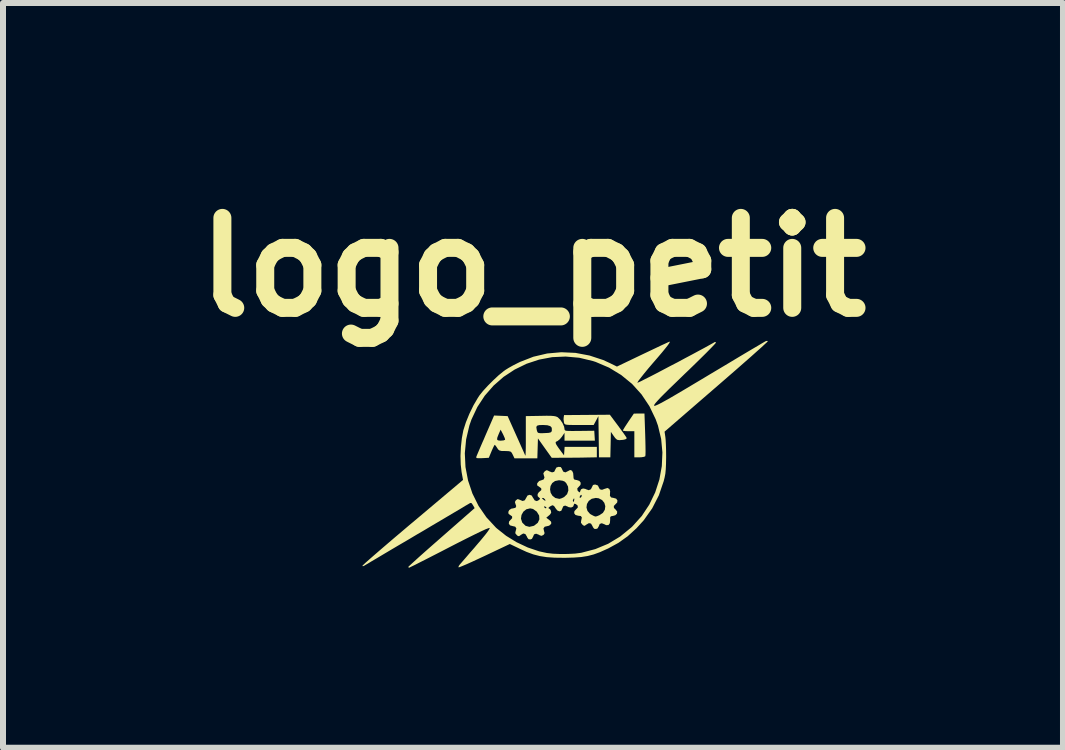
<source format=kicad_pcb>
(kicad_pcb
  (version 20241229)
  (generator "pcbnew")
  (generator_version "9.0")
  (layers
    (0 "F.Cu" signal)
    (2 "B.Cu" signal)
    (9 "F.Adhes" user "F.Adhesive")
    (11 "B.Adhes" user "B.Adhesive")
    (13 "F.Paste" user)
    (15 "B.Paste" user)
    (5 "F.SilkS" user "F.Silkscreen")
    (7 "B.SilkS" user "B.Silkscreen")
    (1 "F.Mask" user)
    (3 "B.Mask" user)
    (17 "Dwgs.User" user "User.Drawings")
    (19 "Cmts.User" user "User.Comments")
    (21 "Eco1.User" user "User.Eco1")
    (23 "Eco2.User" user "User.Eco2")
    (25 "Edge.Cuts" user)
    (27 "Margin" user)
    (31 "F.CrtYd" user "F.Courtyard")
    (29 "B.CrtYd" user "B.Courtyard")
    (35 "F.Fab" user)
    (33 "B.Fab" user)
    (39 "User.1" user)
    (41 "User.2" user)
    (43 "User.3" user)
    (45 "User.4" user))
  (footprint "logo_petit"
    (layer "F.Cu")
    (at 6.344 4.452)
    (property "Reference" "logo_petit" (at -0.508 -3.048 0) (layer "F.SilkS") (effects (font (size 1.5 1.5) (thickness 0.3))))
    (attr board_only exclude_from_pos_files exclude_from_bom)
    (fp_poly (pts (xy 1.362 -0.26) (xy 1.365 -0.153) (xy 1.367 -0.058) (xy 1.368 0.02) (xy 1.367 0.076) (xy 1.364 0.103) (xy 1.364 0.104) (xy 1.342 0.114) (xy 1.297 0.121) (xy 1.267 0.122) (xy 1.181 0.122) (xy 1.181 -0.096) (xy 1.181 -0.313) (xy 1.086 -0.313) (xy 1.034 -0.315) (xy 0.999 -0.32) (xy 0.99 -0.325) (xy 0.999 -0.344) (xy 1.024 -0.385) (xy 1.06 -0.44) (xy 1.081 -0.472) (xy 1.173 -0.607) (xy 1.261 -0.608) (xy 1.35 -0.608)) (stroke (width 0) (type solid)) (fill yes) (layer "F.SilkS"))
    (fp_poly (pts (xy 0.909 -0.406) (xy 0.96 -0.336) (xy 1.004 -0.275) (xy 1.036 -0.229) (xy 1.052 -0.203) (xy 1.053 -0.201) (xy 1.046 -0.184) (xy 1.008 -0.172) (xy 0.989 -0.169) (xy 0.931 -0.164) (xy 0.893 -0.171) (xy 0.863 -0.198) (xy 0.834 -0.238) (xy 0.79 -0.302) (xy 0.786 -0.09) (xy 0.781 0.122) (xy 0.686 0.122) (xy 0.591 0.122) (xy 0.587 -0.222) (xy 0.582 -0.565) (xy 0.543 -0.491) (xy 0.503 -0.417) (xy 0.261 -0.417) (xy 0.165 -0.417) (xy 0.098 -0.418) (xy 0.054 -0.421) (xy 0.029 -0.427) (xy 0.016 -0.437) (xy 0.01 -0.451) (xy 0.008 -0.459) (xy 0.001 -0.51) (xy 0.003 -0.541) (xy 0.009 -0.582) (xy 0.391 -0.585) (xy 0.773 -0.588)) (stroke (width 0) (type solid)) (fill yes) (layer "F.SilkS"))
    (fp_poly (pts (xy -1.044 -0.57) (xy -0.931 -0.565) (xy -0.787 -0.243) (xy -0.743 -0.145) (xy -0.704 -0.057) (xy -0.671 0.016) (xy -0.648 0.068) (xy -0.636 0.094) (xy -0.636 0.096) (xy -0.633 0.085) (xy -0.631 0.044) (xy -0.629 -0.022) (xy -0.628 -0.108) (xy -0.628 -0.209) (xy -0.628 -0.226) (xy -0.628 -0.383) (xy -0.453 -0.383) (xy -0.447 -0.341) (xy -0.441 -0.316) (xy -0.432 -0.295) (xy -0.416 -0.284) (xy -0.383 -0.28) (xy -0.325 -0.281) (xy -0.315 -0.282) (xy -0.253 -0.285) (xy -0.218 -0.292) (xy -0.201 -0.304) (xy -0.194 -0.326) (xy -0.194 -0.327) (xy -0.196 -0.371) (xy -0.22 -0.398) (xy -0.27 -0.413) (xy -0.341 -0.417) (xy -0.405 -0.415) (xy -0.441 -0.405) (xy -0.453 -0.383) (xy -0.628 -0.383) (xy -0.628 -0.565) (xy -0.384 -0.569) (xy -0.283 -0.571) (xy -0.21 -0.57) (xy -0.159 -0.566) (xy -0.125 -0.559) (xy -0.1 -0.548) (xy -0.095 -0.545) (xy -0.055 -0.506) (xy -0.017 -0.45) (xy 0.01 -0.39) (xy 0.017 -0.349) (xy 0.019 -0.336) (xy 0.028 -0.326) (xy 0.049 -0.32) (xy 0.087 -0.318) (xy 0.149 -0.317) (xy 0.239 -0.318) (xy 0.265 -0.318) (xy 0.513 -0.321) (xy 0.518 -0.239) (xy 0.523 -0.156) (xy 0.27 -0.156) (xy 0.017 -0.156) (xy 0.017 -0.221) (xy 0.017 -0.286) (xy -0.026 -0.222) (xy -0.061 -0.18) (xy -0.096 -0.152) (xy -0.105 -0.147) (xy -0.126 -0.137) (xy -0.132 -0.12) (xy -0.12 -0.09) (xy -0.089 -0.043) (xy -0.057 0.001) (xy 0.009 0.089) (xy 0.014 0.018) (xy 0.019 -0.052) (xy 0.288 -0.052) (xy 0.556 -0.052) (xy 0.556 0.035) (xy 0.556 0.122) (xy 0.387 0.125) (xy 0.295 0.127) (xy 0.185 0.128) (xy 0.073 0.129) (xy 0.011 0.129) (xy -0.196 0.13) (xy -0.311 -0.031) (xy -0.426 -0.193) (xy -0.431 -0.027) (xy -0.436 0.139) (xy -0.626 0.139) (xy -0.817 0.139) (xy -0.846 0.078) (xy -0.864 0.044) (xy -0.884 0.026) (xy -0.917 0.019) (xy -0.974 0.017) (xy -0.975 0.017) (xy -1.033 0.016) (xy -1.067 0.008) (xy -1.09 -0.01) (xy -1.106 -0.035) (xy -1.129 -0.069) (xy -1.145 -0.086) (xy -1.146 -0.087) (xy -1.157 -0.072) (xy -1.176 -0.033) (xy -1.2 0.021) (xy -1.2 0.022) (xy -1.245 0.13) (xy -1.354 0.136) (xy -1.413 0.137) (xy -1.445 0.135) (xy -1.455 0.126) (xy -1.452 0.109) (xy -1.442 0.085) (xy -1.42 0.033) (xy -1.389 -0.04) (xy -1.351 -0.128) (xy -1.329 -0.177) (xy -1.108 -0.177) (xy -1.093 -0.161) (xy -1.056 -0.156) (xy -1.042 -0.156) (xy -0.999 -0.16) (xy -0.975 -0.17) (xy -0.973 -0.174) (xy -0.98 -0.2) (xy -0.999 -0.243) (xy -1.01 -0.266) (xy -1.048 -0.339) (xy -1.079 -0.269) (xy -1.102 -0.211) (xy -1.108 -0.177) (xy -1.329 -0.177) (xy -1.308 -0.227) (xy -1.299 -0.248) (xy -1.157 -0.575)) (stroke (width 0) (type solid)) (fill yes) (layer "F.SilkS"))
    (fp_poly (pts (xy 3.405 -1.811) (xy 3.392 -1.797) (xy 3.355 -1.763) (xy 3.297 -1.709) (xy 3.218 -1.639) (xy 3.122 -1.553) (xy 3.01 -1.455) (xy 2.885 -1.345) (xy 2.749 -1.227) (xy 2.604 -1.101) (xy 2.545 -1.05) (xy 1.685 -0.306) (xy 1.698 -0.218) (xy 1.703 -0.168) (xy 1.707 -0.093) (xy 1.71 -0.001) (xy 1.711 0.097) (xy 1.711 0.122) (xy 1.709 0.234) (xy 1.705 0.322) (xy 1.698 0.395) (xy 1.685 0.462) (xy 1.67 0.521) (xy 1.59 0.755) (xy 1.479 0.972) (xy 1.338 1.171) (xy 1.217 1.304) (xy 1.07 1.438) (xy 0.917 1.547) (xy 0.744 1.642) (xy 0.719 1.653) (xy 0.605 1.704) (xy 0.503 1.741) (xy 0.403 1.767) (xy 0.297 1.784) (xy 0.175 1.793) (xy 0.029 1.797) (xy 0.009 1.797) (xy -0.148 1.795) (xy -0.28 1.786) (xy -0.396 1.768) (xy -0.504 1.74) (xy -0.615 1.699) (xy -0.737 1.643) (xy -0.738 1.642) (xy -0.895 1.567) (xy -1.317 1.767) (xy -1.429 1.819) (xy -1.53 1.866) (xy -1.617 1.905) (xy -1.686 1.934) (xy -1.731 1.952) (xy -1.75 1.957) (xy -1.75 1.957) (xy -1.748 1.937) (xy -1.734 1.916) (xy -1.715 1.894) (xy -1.677 1.85) (xy -1.624 1.789) (xy -1.56 1.714) (xy -1.487 1.631) (xy -1.461 1.6) (xy -1.372 1.496) (xy -1.304 1.413) (xy -1.257 1.351) (xy -1.233 1.313) (xy -1.23 1.299) (xy -1.25 1.303) (xy -1.3 1.322) (xy -1.378 1.358) (xy -1.483 1.409) (xy -1.616 1.475) (xy -1.774 1.555) (xy -1.906 1.623) (xy -2.045 1.695) (xy -2.176 1.762) (xy -2.293 1.822) (xy -2.394 1.873) (xy -2.476 1.915) (xy -2.536 1.944) (xy -2.57 1.961) (xy -2.576 1.963) (xy -2.588 1.951) (xy -2.588 1.95) (xy -2.575 1.936) (xy -2.538 1.902) (xy -2.481 1.85) (xy -2.406 1.782) (xy -2.315 1.701) (xy -2.212 1.61) (xy -2.098 1.51) (xy -2.033 1.453) (xy -1.481 0.969) (xy -1.509 0.92) (xy -1.531 0.887) (xy -1.551 0.882) (xy -1.572 0.893) (xy -1.593 0.906) (xy -1.642 0.934) (xy -1.714 0.978) (xy -1.808 1.033) (xy -1.921 1.1) (xy -2.049 1.176) (xy -2.19 1.259) (xy -2.341 1.349) (xy -2.441 1.407) (xy -2.597 1.5) (xy -2.746 1.587) (xy -2.883 1.668) (xy -3.006 1.741) (xy -3.113 1.805) (xy -3.2 1.856) (xy -3.264 1.895) (xy -3.304 1.918) (xy -3.314 1.925) (xy -3.344 1.938) (xy -3.353 1.931) (xy -3.34 1.917) (xy -3.303 1.882) (xy -3.243 1.829) (xy -3.164 1.76) (xy -3.067 1.676) (xy -2.954 1.579) (xy -2.829 1.472) (xy -2.692 1.356) (xy -2.547 1.233) (xy -2.514 1.206) (xy -1.675 0.499) (xy -1.699 0.367) (xy -1.713 0.242) (xy -1.717 0.098) (xy -1.715 0.054) (xy -1.645 0.054) (xy -1.634 0.284) (xy -1.591 0.509) (xy -1.518 0.726) (xy -1.416 0.932) (xy -1.285 1.122) (xy -1.126 1.294) (xy -1.11 1.308) (xy -0.957 1.43) (xy -0.783 1.537) (xy -0.596 1.625) (xy -0.407 1.689) (xy -0.278 1.717) (xy -0.176 1.729) (xy -0.055 1.734) (xy 0.073 1.733) (xy 0.193 1.727) (xy 0.293 1.714) (xy 0.298 1.713) (xy 0.531 1.652) (xy 0.745 1.563) (xy 0.944 1.443) (xy 1.129 1.292) (xy 1.15 1.272) (xy 1.304 1.101) (xy 1.43 0.911) (xy 1.529 0.706) (xy 1.599 0.491) (xy 1.639 0.268) (xy 1.649 0.041) (xy 1.628 -0.185) (xy 1.575 -0.406) (xy 1.537 -0.512) (xy 1.432 -0.731) (xy 1.3 -0.928) (xy 1.143 -1.102) (xy 0.962 -1.25) (xy 0.76 -1.373) (xy 0.537 -1.468) (xy 0.488 -1.484) (xy 0.262 -1.538) (xy 0.036 -1.558) (xy -0.188 -1.548) (xy -0.406 -1.507) (xy -0.615 -1.438) (xy -0.814 -1.341) (xy -0.998 -1.22) (xy -1.165 -1.074) (xy -1.312 -0.906) (xy -1.436 -0.717) (xy -1.534 -0.509) (xy -1.569 -0.408) (xy -1.623 -0.178) (xy -1.645 0.054) (xy -1.715 0.054) (xy -1.71 -0.053) (xy -1.694 -0.199) (xy -1.67 -0.327) (xy -1.669 -0.33) (xy -1.627 -0.462) (xy -1.569 -0.604) (xy -1.501 -0.744) (xy -1.429 -0.867) (xy -1.401 -0.91) (xy -1.34 -0.986) (xy -1.26 -1.073) (xy -1.171 -1.162) (xy -1.082 -1.245) (xy -1 -1.312) (xy -0.967 -1.336) (xy -0.914 -1.369) (xy -0.841 -1.41) (xy -0.76 -1.451) (xy -0.723 -1.469) (xy -0.502 -1.555) (xy -0.272 -1.609) (xy -0.036 -1.63) (xy 0.2 -1.619) (xy 0.434 -1.575) (xy 0.662 -1.5) (xy 0.771 -1.45) (xy 0.891 -1.391) (xy 1.325 -1.599) (xy 1.439 -1.653) (xy 1.542 -1.702) (xy 1.63 -1.744) (xy 1.7 -1.776) (xy 1.747 -1.798) (xy 1.768 -1.807) (xy 1.768 -1.807) (xy 1.773 -1.801) (xy 1.764 -1.783) (xy 1.741 -1.749) (xy 1.701 -1.698) (xy 1.643 -1.627) (xy 1.564 -1.534) (xy 1.486 -1.444) (xy 1.411 -1.356) (xy 1.346 -1.277) (xy 1.293 -1.21) (xy 1.254 -1.16) (xy 1.234 -1.129) (xy 1.233 -1.121) (xy 1.25 -1.128) (xy 1.294 -1.148) (xy 1.36 -1.182) (xy 1.446 -1.225) (xy 1.547 -1.277) (xy 1.659 -1.336) (xy 1.778 -1.399) (xy 1.902 -1.463) (xy 2.024 -1.529) (xy 2.143 -1.592) (xy 2.254 -1.652) (xy 2.353 -1.705) (xy 2.436 -1.751) (xy 2.5 -1.787) (xy 2.522 -1.8) (xy 2.541 -1.796) (xy 2.543 -1.793) (xy 2.533 -1.778) (xy 2.5 -1.742) (xy 2.447 -1.687) (xy 2.377 -1.616) (xy 2.291 -1.531) (xy 2.193 -1.435) (xy 2.085 -1.33) (xy 2.022 -1.27) (xy 1.888 -1.14) (xy 1.777 -1.033) (xy 1.688 -0.945) (xy 1.619 -0.876) (xy 1.569 -0.822) (xy 1.535 -0.784) (xy 1.516 -0.758) (xy 1.51 -0.742) (xy 1.512 -0.738) (xy 1.521 -0.736) (xy 1.542 -0.743) (xy 1.576 -0.758) (xy 1.625 -0.783) (xy 1.691 -0.819) (xy 1.777 -0.867) (xy 1.883 -0.929) (xy 2.012 -1.005) (xy 2.166 -1.097) (xy 2.347 -1.205) (xy 2.44 -1.261) (xy 2.603 -1.358) (xy 2.757 -1.45) (xy 2.9 -1.536) (xy 3.029 -1.613) (xy 3.142 -1.68) (xy 3.236 -1.735) (xy 3.308 -1.778) (xy 3.356 -1.806) (xy 3.377 -1.817) (xy 3.377 -1.817) (xy 3.401 -1.819)) (stroke (width 0) (type solid)) (fill yes) (layer "F.SilkS"))
    (fp_poly (pts (xy -0.046 0.284) (xy -0.028 0.309) (xy -0.025 0.319) (xy -0.003 0.361) (xy 0.032 0.373) (xy 0.073 0.353) (xy 0.073 0.353) (xy 0.111 0.333) (xy 0.142 0.345) (xy 0.161 0.384) (xy 0.165 0.428) (xy 0.168 0.472) (xy 0.18 0.492) (xy 0.212 0.5) (xy 0.22 0.5) (xy 0.265 0.516) (xy 0.287 0.546) (xy 0.283 0.582) (xy 0.261 0.606) (xy 0.23 0.64) (xy 0.234 0.675) (xy 0.252 0.695) (xy 0.272 0.707) (xy 0.278 0.692) (xy 0.278 0.689) (xy 0.292 0.656) (xy 0.325 0.641) (xy 0.367 0.649) (xy 0.374 0.654) (xy 0.421 0.67) (xy 0.457 0.654) (xy 0.477 0.614) (xy 0.492 0.583) (xy 0.523 0.576) (xy 0.535 0.577) (xy 0.574 0.592) (xy 0.587 0.62) (xy 0.606 0.655) (xy 0.642 0.664) (xy 0.69 0.646) (xy 0.691 0.646) (xy 0.734 0.633) (xy 0.765 0.65) (xy 0.778 0.689) (xy 0.776 0.71) (xy 0.774 0.763) (xy 0.794 0.791) (xy 0.835 0.799) (xy 0.878 0.811) (xy 0.899 0.84) (xy 0.895 0.875) (xy 0.871 0.9) (xy 0.839 0.933) (xy 0.841 0.966) (xy 0.869 0.993) (xy 0.895 1.026) (xy 0.892 1.061) (xy 0.864 1.088) (xy 0.828 1.098) (xy 0.791 1.105) (xy 0.778 1.122) (xy 0.778 1.163) (xy 0.778 1.164) (xy 0.773 1.22) (xy 0.75 1.251) (xy 0.711 1.253) (xy 0.684 1.239) (xy 0.638 1.221) (xy 0.604 1.233) (xy 0.588 1.272) (xy 0.568 1.307) (xy 0.542 1.317) (xy 0.511 1.313) (xy 0.49 1.285) (xy 0.484 1.27) (xy 0.459 1.227) (xy 0.424 1.219) (xy 0.381 1.244) (xy 0.379 1.245) (xy 0.353 1.264) (xy 0.332 1.258) (xy 0.314 1.243) (xy 0.291 1.212) (xy 0.295 1.174) (xy 0.297 1.17) (xy 0.306 1.125) (xy 0.289 1.101) (xy 0.243 1.095) (xy 0.2 1.083) (xy 0.178 1.054) (xy 0.182 1.019) (xy 0.206 0.993) (xy 0.238 0.96) (xy 0.238 0.958) (xy 0.383 0.958) (xy 0.4 1.016) (xy 0.442 1.065) (xy 0.469 1.081) (xy 0.51 1.102) (xy 0.534 1.109) (xy 0.557 1.104) (xy 0.596 1.088) (xy 0.599 1.087) (xy 0.657 1.048) (xy 0.689 0.996) (xy 0.697 0.937) (xy 0.681 0.881) (xy 0.644 0.835) (xy 0.587 0.805) (xy 0.539 0.799) (xy 0.471 0.813) (xy 0.421 0.849) (xy 0.391 0.9) (xy 0.383 0.958) (xy 0.238 0.958) (xy 0.237 0.928) (xy 0.208 0.903) (xy 0.182 0.894) (xy 0.174 0.907) (xy 0.174 0.911) (xy 0.16 0.944) (xy 0.126 0.959) (xy 0.085 0.952) (xy 0.071 0.944) (xy 0.027 0.926) (xy -0.005 0.939) (xy -0.02 0.976) (xy -0.037 1.013) (xy -0.068 1.023) (xy -0.103 1.008) (xy -0.13 0.974) (xy -0.154 0.938) (xy -0.176 0.922) (xy -0.179 0.921) (xy -0.203 0.929) (xy -0.23 0.945) (xy -0.249 0.962) (xy -0.25 0.972) (xy -0.246 0.973) (xy -0.224 0.987) (xy -0.21 1.012) (xy -0.205 1.045) (xy -0.224 1.075) (xy -0.241 1.09) (xy -0.287 1.129) (xy -0.239 1.165) (xy -0.208 1.194) (xy -0.203 1.219) (xy -0.209 1.235) (xy -0.24 1.262) (xy -0.266 1.268) (xy -0.314 1.279) (xy -0.334 1.308) (xy -0.325 1.35) (xy -0.315 1.386) (xy -0.327 1.409) (xy -0.337 1.417) (xy -0.366 1.431) (xy -0.396 1.422) (xy -0.41 1.413) (xy -0.457 1.395) (xy -0.491 1.407) (xy -0.507 1.445) (xy -0.526 1.481) (xy -0.552 1.491) (xy -0.583 1.487) (xy -0.604 1.459) (xy -0.61 1.443) (xy -0.636 1.401) (xy -0.671 1.392) (xy -0.714 1.417) (xy -0.715 1.419) (xy -0.741 1.437) (xy -0.763 1.432) (xy -0.781 1.416) (xy -0.804 1.387) (xy -0.799 1.356) (xy -0.797 1.352) (xy -0.786 1.307) (xy -0.805 1.278) (xy -0.849 1.268) (xy -0.892 1.256) (xy -0.912 1.227) (xy -0.907 1.192) (xy -0.885 1.168) (xy -0.864 1.145) (xy -0.709 1.145) (xy -0.689 1.206) (xy -0.684 1.214) (xy -0.632 1.264) (xy -0.569 1.281) (xy -0.498 1.265) (xy -0.486 1.259) (xy -0.429 1.214) (xy -0.402 1.156) (xy -0.406 1.093) (xy -0.443 1.032) (xy -0.45 1.024) (xy -0.508 0.983) (xy -0.556 0.973) (xy -0.619 0.988) (xy -0.669 1.028) (xy -0.7 1.083) (xy -0.709 1.145) (xy -0.864 1.145) (xy -0.856 1.136) (xy -0.857 1.106) (xy -0.886 1.086) (xy -0.916 1.064) (xy -0.92 1.032) (xy -0.904 1.001) (xy -0.87 0.978) (xy -0.84 0.973) (xy -0.8 0.963) (xy -0.794 0.949) (xy -0.324 0.949) (xy -0.321 0.956) (xy -0.298 0.972) (xy -0.293 0.973) (xy -0.284 0.962) (xy -0.287 0.956) (xy -0.31 0.939) (xy -0.315 0.938) (xy -0.324 0.949) (xy -0.794 0.949) (xy -0.788 0.935) (xy -0.8 0.902) (xy -0.81 0.867) (xy -0.794 0.838) (xy -0.792 0.837) (xy -0.764 0.818) (xy -0.733 0.828) (xy -0.73 0.83) (xy -0.681 0.85) (xy -0.645 0.838) (xy -0.623 0.799) (xy -0.6 0.759) (xy -0.565 0.747) (xy -0.565 0.747) (xy -0.53 0.759) (xy -0.507 0.799) (xy -0.506 0.799) (xy -0.48 0.84) (xy -0.444 0.852) (xy -0.407 0.833) (xy -0.401 0.827) (xy -0.391 0.805) (xy -0.394 0.803) (xy -0.36 0.803) (xy -0.347 0.817) (xy -0.338 0.825) (xy -0.308 0.846) (xy -0.3 0.846) (xy -0.301 0.844) (xy 0.156 0.844) (xy 0.161 0.867) (xy 0.17 0.859) (xy 0.179 0.834) (xy 0.18 0.81) (xy 0.172 0.809) (xy 0.158 0.833) (xy 0.156 0.844) (xy -0.301 0.844) (xy -0.306 0.826) (xy -0.306 0.825) (xy -0.33 0.802) (xy -0.344 0.799) (xy -0.36 0.803) (xy -0.394 0.803) (xy -0.408 0.793) (xy -0.431 0.769) (xy -0.431 0.734) (xy -0.41 0.702) (xy -0.4 0.695) (xy -0.369 0.667) (xy -0.37 0.656) (xy -0.224 0.656) (xy -0.214 0.713) (xy -0.184 0.763) (xy -0.136 0.8) (xy -0.069 0.815) (xy -0.038 0.807) (xy -0.013 0.796) (xy 0.27 0.796) (xy 0.277 0.799) (xy 0.295 0.785) (xy 0.302 0.773) (xy 0.303 0.751) (xy 0.297 0.747) (xy 0.278 0.761) (xy 0.272 0.773) (xy 0.27 0.796) (xy -0.013 0.796) (xy 0.005 0.787) (xy 0.012 0.783) (xy 0.06 0.736) (xy 0.081 0.675) (xy 0.076 0.61) (xy 0.045 0.551) (xy 0.019 0.526) (xy -0.016 0.512) (xy -0.067 0.505) (xy -0.075 0.504) (xy -0.141 0.517) (xy -0.188 0.551) (xy -0.216 0.6) (xy -0.224 0.656) (xy -0.37 0.656) (xy -0.372 0.638) (xy -0.408 0.611) (xy -0.438 0.591) (xy -0.44 0.564) (xy -0.436 0.552) (xy -0.406 0.517) (xy -0.375 0.507) (xy -0.331 0.491) (xy -0.317 0.458) (xy -0.328 0.421) (xy -0.336 0.388) (xy -0.316 0.359) (xy -0.314 0.357) (xy -0.287 0.338) (xy -0.263 0.341) (xy -0.238 0.355) (xy -0.191 0.373) (xy -0.155 0.363) (xy -0.136 0.325) (xy -0.136 0.324) (xy -0.118 0.292) (xy -0.083 0.281)) (stroke (width 0) (type solid)) (fill yes) (layer "F.SilkS")))
  (gr_rect
    (start -3 -3)
    (end 14.671 9.415)
    (stroke (width 0.1) (type default))
    (fill no)
    (layer "Edge.Cuts")))
</source>
